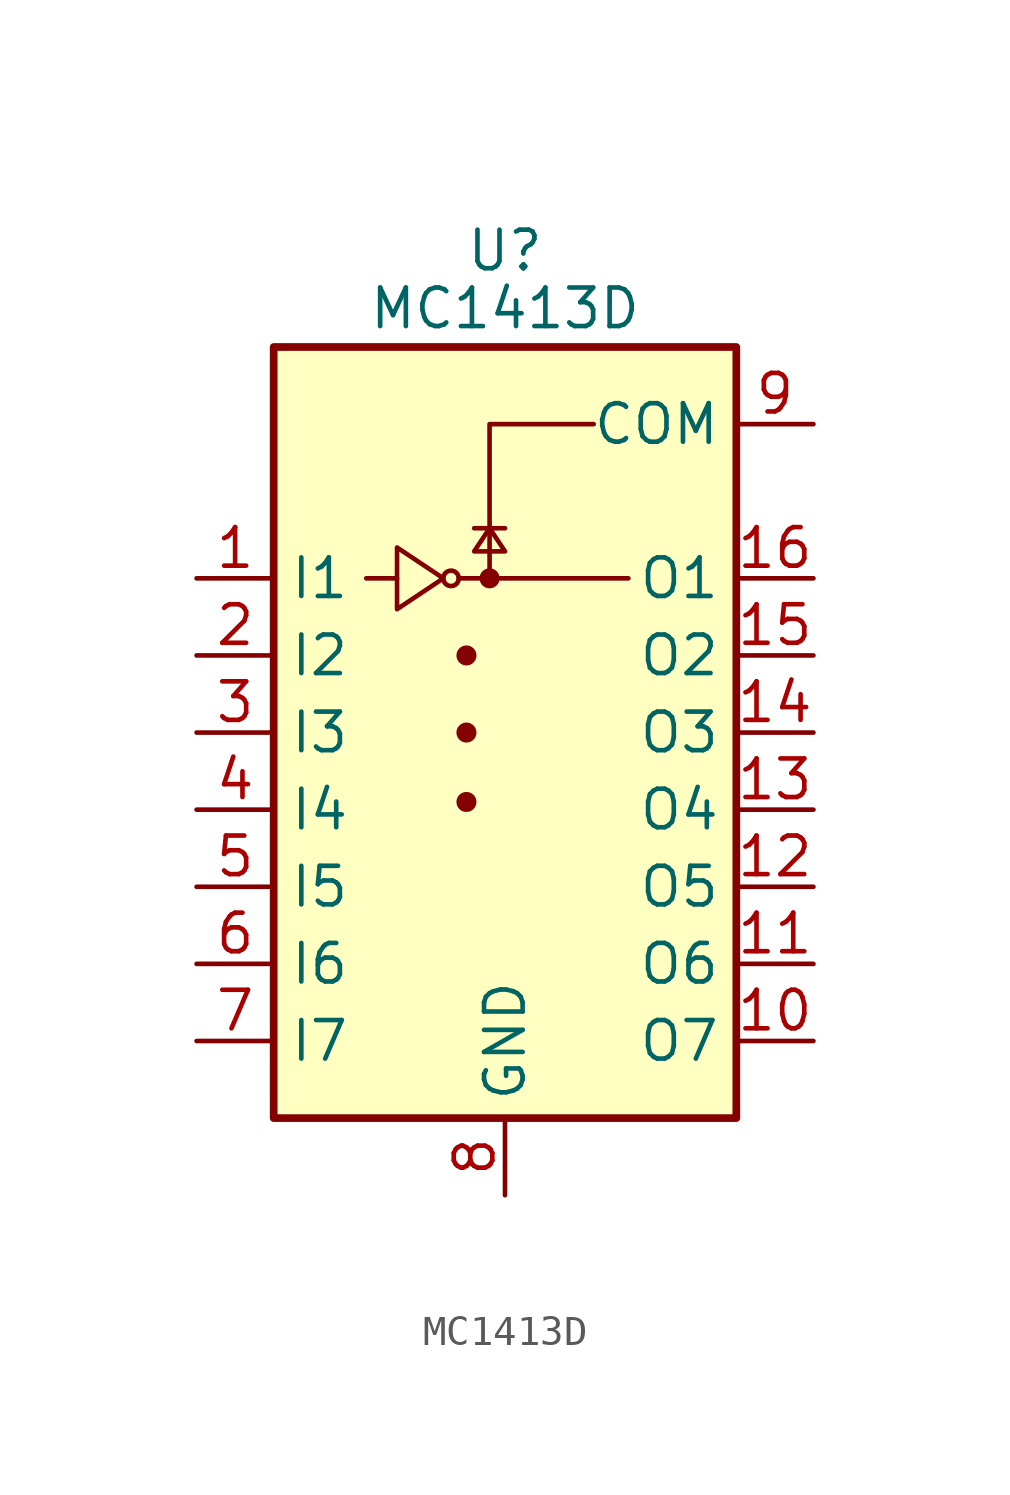
<source format=kicad_sym>
(kicad_symbol_lib
  (version 20211014)
  (generator kicad_symbol_editor)
  (symbol "MC1413D"
    (property "Reference" "U"
      (at 0 15.875 0)
      (effects (font (size 1.27 1.27))))
    (property "Value" "MC1413D"
      (at 0 13.97 0)
      (effects (font (size 1.27 1.27))))
    (symbol "MC1413D_0_1"
      (rectangle (start -7.62 -12.7) (end 7.62 12.7) (stroke (width 0.254) (type default) (color 0 0 0 0)) (fill (type background)))
      (circle (center -1.778 5.08) (radius 0.254) (stroke (width 0) (type default) (color 0 0 0 0)) (fill (type none)))
      (circle (center -1.27 -2.286) (radius 0.254) (stroke (width 0) (type default) (color 0 0 0 0)) (fill (type outline)))
      (circle (center -1.27 0) (radius 0.254) (stroke (width 0) (type default) (color 0 0 0 0)) (fill (type outline)))
      (circle (center -1.27 2.54) (radius 0.254) (stroke (width 0) (type default) (color 0 0 0 0)) (fill (type outline)))
      (circle (center -0.508 5.08) (radius 0.254) (stroke (width 0) (type default) (color 0 0 0 0)) (fill (type outline)))
      (polyline (pts (xy -4.572 5.08) (xy -3.556 5.08)) (stroke (width 0) (type default) (color 0 0 0 0)) (fill (type none)))
      (polyline (pts (xy -1.524 5.08) (xy 4.064 5.08)) (stroke (width 0) (type default) (color 0 0 0 0)) (fill (type none)))
      (polyline (pts (xy 0 6.731) (xy -1.016 6.731)) (stroke (width 0) (type default) (color 0 0 0 0)) (fill (type none)))
      (polyline (pts (xy -0.508 5.08) (xy -0.508 10.16) (xy 2.921 10.16)) (stroke (width 0) (type default) (color 0 0 0 0)) (fill (type none)))
      (polyline (pts (xy -3.556 6.096) (xy -3.556 4.064) (xy -2.032 5.08) (xy -3.556 6.096)) (stroke (width 0) (type default) (color 0 0 0 0)) (fill (type none)))
      (polyline (pts (xy 0 5.969) (xy -1.016 5.969) (xy -0.508 6.731) (xy 0 5.969)) (stroke (width 0) (type default) (color 0 0 0 0)) (fill (type none))))
    (symbol "MC1413D_1_1"
      (pin input line (at -10.16 5.08 0) (length 2.54) (name "I1" (effects (font (size 1.27 1.27)))) (number "1" (effects (font (size 1.27 1.27)))))
      (pin open_collector line (at 10.16 -10.16 180) (length 2.54) (name "O7" (effects (font (size 1.27 1.27)))) (number "10" (effects (font (size 1.27 1.27)))))
      (pin open_collector line (at 10.16 -7.62 180) (length 2.54) (name "O6" (effects (font (size 1.27 1.27)))) (number "11" (effects (font (size 1.27 1.27)))))
      (pin open_collector line (at 10.16 -5.08 180) (length 2.54) (name "O5" (effects (font (size 1.27 1.27)))) (number "12" (effects (font (size 1.27 1.27)))))
      (pin open_collector line (at 10.16 -2.54 180) (length 2.54) (name "O4" (effects (font (size 1.27 1.27)))) (number "13" (effects (font (size 1.27 1.27)))))
      (pin open_collector line (at 10.16 0 180) (length 2.54) (name "O3" (effects (font (size 1.27 1.27)))) (number "14" (effects (font (size 1.27 1.27)))))
      (pin open_collector line (at 10.16 2.54 180) (length 2.54) (name "O2" (effects (font (size 1.27 1.27)))) (number "15" (effects (font (size 1.27 1.27)))))
      (pin open_collector line (at 10.16 5.08 180) (length 2.54) (name "O1" (effects (font (size 1.27 1.27)))) (number "16" (effects (font (size 1.27 1.27)))))
      (pin input line (at -10.16 2.54 0) (length 2.54) (name "I2" (effects (font (size 1.27 1.27)))) (number "2" (effects (font (size 1.27 1.27)))))
      (pin input line (at -10.16 0 0) (length 2.54) (name "I3" (effects (font (size 1.27 1.27)))) (number "3" (effects (font (size 1.27 1.27)))))
      (pin input line (at -10.16 -2.54 0) (length 2.54) (name "I4" (effects (font (size 1.27 1.27)))) (number "4" (effects (font (size 1.27 1.27)))))
      (pin input line (at -10.16 -5.08 0) (length 2.54) (name "I5" (effects (font (size 1.27 1.27)))) (number "5" (effects (font (size 1.27 1.27)))))
      (pin input line (at -10.16 -7.62 0) (length 2.54) (name "I6" (effects (font (size 1.27 1.27)))) (number "6" (effects (font (size 1.27 1.27)))))
      (pin input line (at -10.16 -10.16 0) (length 2.54) (name "I7" (effects (font (size 1.27 1.27)))) (number "7" (effects (font (size 1.27 1.27)))))
      (pin power_in line (at 0 -15.24 90) (length 2.54) (name "GND" (effects (font (size 1.27 1.27)))) (number "8" (effects (font (size 1.27 1.27)))))
      (pin passive line (at 10.16 10.16 180) (length 2.54) (name "COM" (effects (font (size 1.27 1.27)))) (number "9" (effects (font (size 1.27 1.27))))))))
</source>
